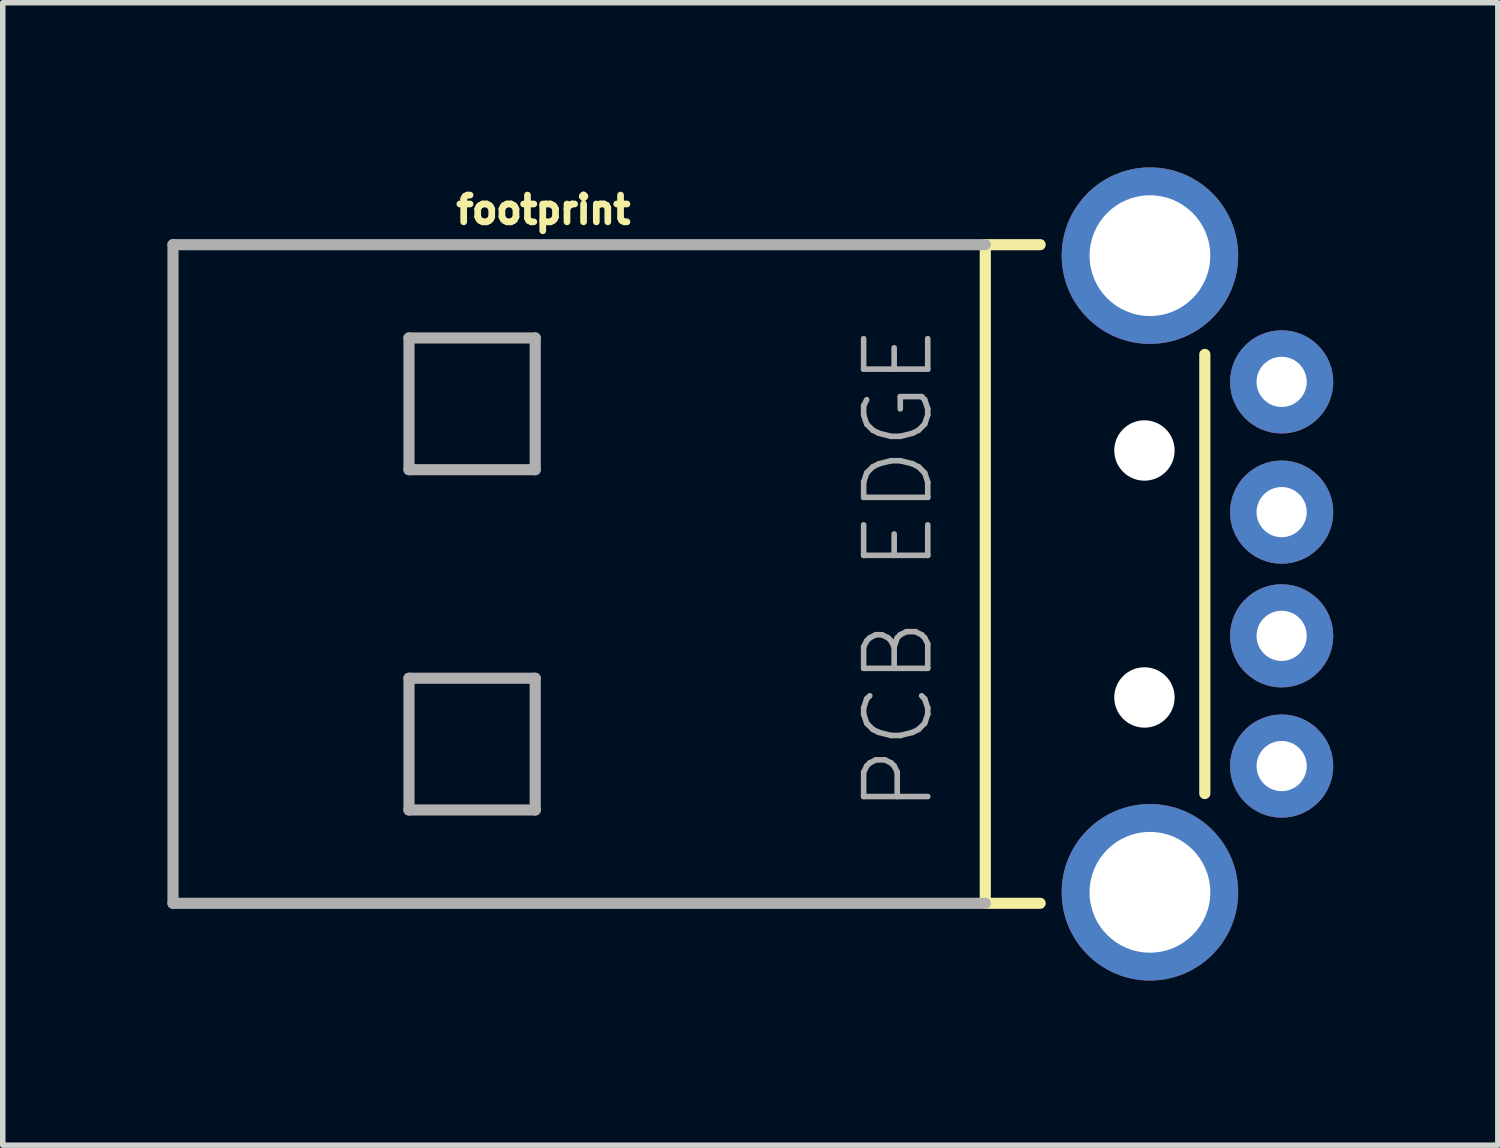
<source format=kicad_pcb>
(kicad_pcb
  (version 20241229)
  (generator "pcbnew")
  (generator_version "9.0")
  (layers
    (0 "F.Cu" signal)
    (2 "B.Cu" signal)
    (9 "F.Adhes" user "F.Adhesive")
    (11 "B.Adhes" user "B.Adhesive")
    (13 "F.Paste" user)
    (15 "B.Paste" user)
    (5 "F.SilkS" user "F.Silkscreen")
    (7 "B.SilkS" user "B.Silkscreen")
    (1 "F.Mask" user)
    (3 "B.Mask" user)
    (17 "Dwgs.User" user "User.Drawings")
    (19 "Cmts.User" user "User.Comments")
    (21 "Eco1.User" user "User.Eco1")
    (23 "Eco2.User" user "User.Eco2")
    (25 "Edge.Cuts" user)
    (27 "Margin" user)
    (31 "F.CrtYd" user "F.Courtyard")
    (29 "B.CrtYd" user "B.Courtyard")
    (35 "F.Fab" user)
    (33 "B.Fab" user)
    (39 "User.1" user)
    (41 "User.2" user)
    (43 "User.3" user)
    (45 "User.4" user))
  (footprint "footprint"
    (layer "F.Cu")
    (at 17.902 7.408)
    (property "Reference" "footprint" (at -12.7 -6.35 0) (layer "F.SilkS") (effects (font (size 0.488 0.488) (thickness 0.122)) (justify left bottom)))
    (fp_line (start -3 -6) (end -3 6) (stroke (width 0.203) (type solid)) (layer "F.SilkS"))
    (fp_line (start -3 -6) (end -2 -6) (stroke (width 0.203) (type solid)) (layer "F.SilkS"))
    (fp_line (start -3 6) (end -2 6) (stroke (width 0.203) (type solid)) (layer "F.SilkS"))
    (fp_line (start 1 4) (end 1 -4) (stroke (width 0.203) (type solid)) (layer "F.SilkS"))
    (fp_line (start -17.8 -6) (end -17.8 6) (stroke (width 0.203) (type solid)) (layer "F.Fab"))
    (fp_line (start -13.5 -4.3) (end -13.5 -1.9) (stroke (width 0.203) (type solid)) (layer "F.Fab"))
    (fp_line (start -13.5 -1.9) (end -11.2 -1.9) (stroke (width 0.203) (type solid)) (layer "F.Fab"))
    (fp_line (start -13.5 1.9) (end -13.5 4.3) (stroke (width 0.203) (type solid)) (layer "F.Fab"))
    (fp_line (start -13.5 4.3) (end -11.2 4.3) (stroke (width 0.203) (type solid)) (layer "F.Fab"))
    (fp_line (start -11.2 -4.3) (end -13.5 -4.3) (stroke (width 0.203) (type solid)) (layer "F.Fab"))
    (fp_line (start -11.2 -1.9) (end -11.2 -4.3) (stroke (width 0.203) (type solid)) (layer "F.Fab"))
    (fp_line (start -11.2 1.9) (end -13.5 1.9) (stroke (width 0.203) (type solid)) (layer "F.Fab"))
    (fp_line (start -11.2 4.3) (end -11.2 1.9) (stroke (width 0.203) (type solid)) (layer "F.Fab"))
    (fp_line (start -3 -6) (end -17.8 -6) (stroke (width 0.203) (type solid)) (layer "F.Fab"))
    (fp_line (start -3 6) (end -17.8 6) (stroke (width 0.203) (type solid)) (layer "F.Fab"))
    (fp_text user "PCB EDGE" (at -3.9 4.4 90) (layer "F.Fab") (effects (font (size 1.168 1.168) (thickness 0.102)) (justify left bottom)))
    (pad "" np_thru_hole circle (at -0.1 -2.25) (size 1.1 1.1) (drill 1.1) (layers "*.Cu" "*.Mask"))
    (pad "" np_thru_hole circle (at -0.1 2.25) (size 1.1 1.1) (drill 1.1) (layers "*.Cu" "*.Mask"))
    (pad "D+" thru_hole circle (at 2.4 -1.127 270) (size 1.88 1.88) (drill 0.914) (layers "*.Cu" "*.Mask"))
    (pad "D-" thru_hole circle (at 2.4 1.127 270) (size 1.88 1.88) (drill 0.914) (layers "*.Cu" "*.Mask"))
    (pad "GND" thru_hole circle (at 2.4 -3.5 270) (size 1.88 1.88) (drill 0.914) (layers "*.Cu" "*.Mask"))
    (pad "SHLD1" thru_hole circle (at 0 5.8 270) (size 3.216 3.216) (drill 2.2) (layers "*.Cu" "*.Mask"))
    (pad "SHLD2" thru_hole circle (at 0 -5.8 270) (size 3.216 3.216) (drill 2.2) (layers "*.Cu" "*.Mask"))
    (pad "VBUS" thru_hole circle (at 2.4 3.5 270) (size 1.88 1.88) (drill 0.914) (layers "*.Cu" "*.Mask")))
  (gr_rect
    (start -3 -3)
    (end 24.241 17.816)
    (stroke (width 0.1) (type default))
    (fill no)
    (layer "Edge.Cuts")))
</source>
